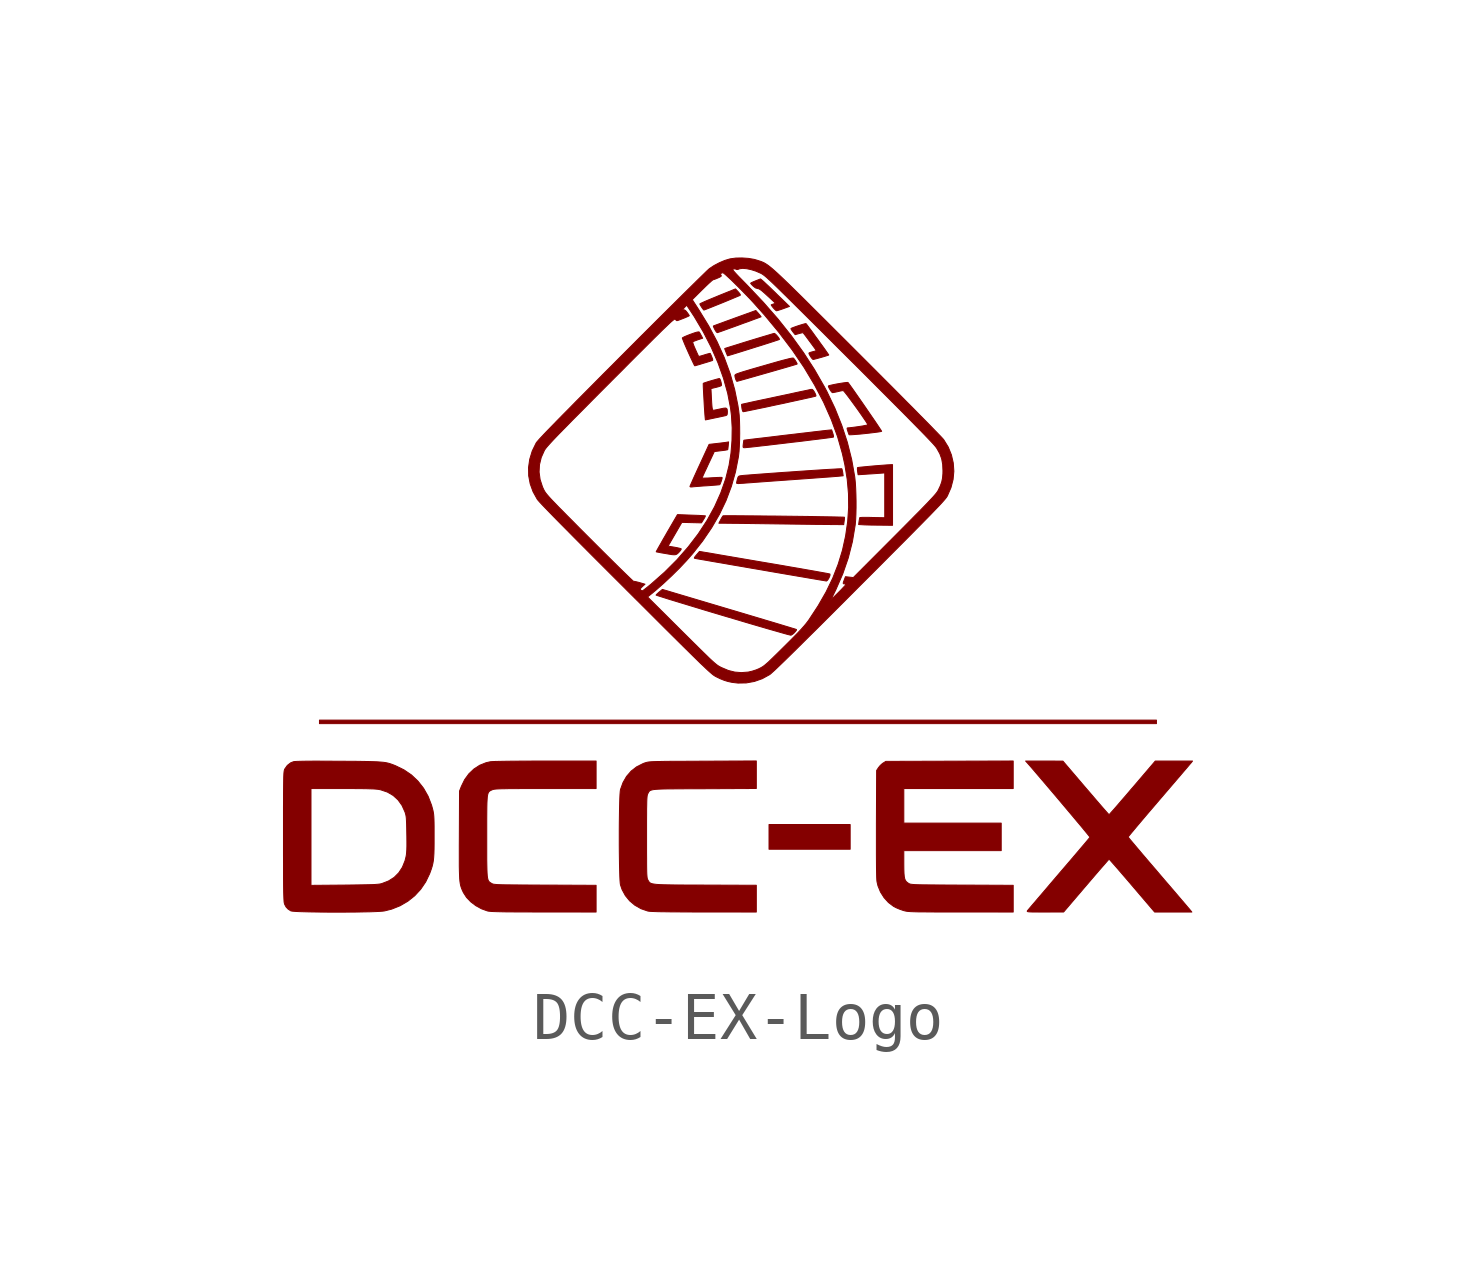
<source format=kicad_sym>
(kicad_symbol_lib
  (version 20220914)
  (generator kicad_symbol_editor)
  (symbol "DCC-EX-Logo"
    (pin_names
      (offset 1.016))
    (property "Reference" "#G101"
      (at 0 11.866 0)
      (effects (font (size 1.27 1.27)) hide))
    (symbol "DCC-EX-Logo_0_0"
      (polyline (pts (xy 2.309 -4.214) (xy 2.309 -3.956) (xy 1.463 -3.956) (xy 0.618 -3.956) (xy 0.618 -4.214) (xy 0.618 -4.471) (xy 1.463 -4.471) (xy 2.309 -4.471) (xy 2.309 -4.214)) (stroke (width 0.01) (type default)) (fill (type outline)))
      (polyline (pts (xy 8.692 -1.816) (xy 8.692 -1.78) (xy -0.029 -1.78) (xy -8.751 -1.78) (xy -8.751 -1.816) (xy -8.751 -1.853) (xy -0.029 -1.853) (xy 8.692 -1.853) (xy 8.692 -1.816)) (stroke (width 0.01) (type default)) (fill (type outline)))
      (polyline (pts (xy -0.733 6.768) (xy -0.702 6.779) (xy -0.651 6.799) (xy -0.585 6.825) (xy -0.506 6.857) (xy -0.421 6.891) (xy -0.332 6.927) (xy -0.245 6.963) (xy -0.163 6.997) (xy -0.092 7.027) (xy -0.034 7.051) (xy 0.004 7.067) (xy 0.02 7.075) (xy 0.02 7.086) (xy 0.005 7.112) (xy -0.024 7.147) (xy -0.081 7.207) (xy -0.452 7.057) (xy -0.458 7.054) (xy -0.555 7.014) (xy -0.642 6.978) (xy -0.717 6.946) (xy -0.774 6.92) (xy -0.811 6.903) (xy -0.824 6.894) (xy -0.822 6.888) (xy -0.808 6.861) (xy -0.785 6.824) (xy -0.772 6.805) (xy -0.751 6.777) (xy -0.74 6.766) (xy -0.733 6.768)) (stroke (width 0.01) (type default)) (fill (type outline)))
      (polyline (pts (xy -0.447 6.299) (xy -0.411 6.311) (xy -0.354 6.331) (xy -0.282 6.357) (xy -0.197 6.388) (xy -0.104 6.421) (xy -0.008 6.456) (xy 0.089 6.492) (xy 0.183 6.525) (xy 0.268 6.557) (xy 0.342 6.584) (xy 0.4 6.605) (xy 0.438 6.62) (xy 0.453 6.625) (xy 0.448 6.633) (xy 0.429 6.658) (xy 0.4 6.693) (xy 0.343 6.757) (xy -0.097 6.598) (xy -0.156 6.576) (xy -0.259 6.539) (xy -0.351 6.505) (xy -0.428 6.477) (xy -0.488 6.455) (xy -0.527 6.44) (xy -0.542 6.434) (xy -0.542 6.43) (xy -0.534 6.407) (xy -0.518 6.373) (xy -0.499 6.339) (xy -0.482 6.313) (xy -0.474 6.305) (xy -0.46 6.295) (xy -0.447 6.299)) (stroke (width 0.01) (type default)) (fill (type outline)))
      (polyline (pts (xy 0.782 6.752) (xy 0.813 6.761) (xy 0.861 6.776) (xy 0.918 6.796) (xy 1.044 6.842) (xy 0.79 7.088) (xy 0.747 7.131) (xy 0.675 7.2) (xy 0.61 7.263) (xy 0.554 7.315) (xy 0.513 7.354) (xy 0.489 7.375) (xy 0.441 7.415) (xy 0.338 7.375) (xy 0.329 7.371) (xy 0.281 7.351) (xy 0.248 7.335) (xy 0.235 7.325) (xy 0.238 7.319) (xy 0.257 7.296) (xy 0.288 7.265) (xy 0.335 7.228) (xy 0.382 7.214) (xy 0.403 7.21) (xy 0.431 7.195) (xy 0.469 7.167) (xy 0.52 7.123) (xy 0.589 7.06) (xy 0.754 6.907) (xy 0.712 6.893) (xy 0.68 6.882) (xy 0.664 6.875) (xy 0.666 6.868) (xy 0.681 6.845) (xy 0.708 6.811) (xy 0.728 6.789) (xy 0.756 6.762) (xy 0.775 6.751) (xy 0.782 6.752)) (stroke (width 0.01) (type default)) (fill (type outline)))
      (polyline (pts (xy -0.179 5.832) (xy -0.149 5.841) (xy -0.068 5.866) (xy 0.026 5.895) (xy 0.128 5.927) (xy 0.236 5.961) (xy 0.344 5.995) (xy 0.451 6.028) (xy 0.551 6.06) (xy 0.642 6.089) (xy 0.719 6.114) (xy 0.779 6.134) (xy 0.819 6.147) (xy 0.834 6.153) (xy 0.835 6.159) (xy 0.823 6.182) (xy 0.8 6.213) (xy 0.773 6.245) (xy 0.746 6.27) (xy 0.728 6.28) (xy 0.722 6.279) (xy 0.692 6.271) (xy 0.639 6.255) (xy 0.569 6.234) (xy 0.484 6.209) (xy 0.388 6.18) (xy 0.286 6.149) (xy 0.181 6.117) (xy 0.077 6.085) (xy -0.021 6.054) (xy -0.111 6.026) (xy -0.189 6.002) (xy -0.249 5.983) (xy -0.289 5.97) (xy -0.305 5.964) (xy -0.304 5.956) (xy -0.294 5.928) (xy -0.278 5.887) (xy -0.247 5.812) (xy -0.179 5.832)) (stroke (width 0.01) (type default)) (fill (type outline)))
      (polyline (pts (xy -1.328 1.669) (xy -1.304 1.679) (xy -1.282 1.696) (xy -1.258 1.72) (xy -1.235 1.746) (xy -1.215 1.775) (xy -1.212 1.79) (xy -1.217 1.793) (xy -1.247 1.802) (xy -1.295 1.813) (xy -1.354 1.824) (xy -1.486 1.846) (xy -1.342 2.094) (xy -1.199 2.341) (xy -0.994 2.336) (xy -0.79 2.331) (xy -0.746 2.402) (xy -0.728 2.432) (xy -0.712 2.463) (xy -0.708 2.477) (xy -0.708 2.477) (xy -0.728 2.479) (xy -0.771 2.482) (xy -0.834 2.486) (xy -0.913 2.489) (xy -1.002 2.492) (xy -1.29 2.503) (xy -1.514 2.118) (xy -1.536 2.079) (xy -1.59 1.986) (xy -1.637 1.902) (xy -1.677 1.832) (xy -1.708 1.777) (xy -1.727 1.742) (xy -1.733 1.728) (xy -1.719 1.724) (xy -1.681 1.717) (xy -1.626 1.706) (xy -1.559 1.695) (xy -1.553 1.694) (xy -1.467 1.679) (xy -1.404 1.669) (xy -1.36 1.666) (xy -1.328 1.669)) (stroke (width 0.01) (type default)) (fill (type outline)))
      (polyline (pts (xy 3.192 2.912) (xy 3.192 3.545) (xy 3.159 3.544) (xy 3.128 3.542) (xy 3.07 3.539) (xy 2.997 3.533) (xy 2.914 3.527) (xy 2.826 3.52) (xy 2.737 3.512) (xy 2.653 3.504) (xy 2.579 3.497) (xy 2.519 3.491) (xy 2.479 3.486) (xy 2.463 3.483) (xy 2.461 3.476) (xy 2.46 3.447) (xy 2.464 3.404) (xy 2.475 3.334) (xy 2.631 3.344) (xy 2.666 3.347) (xy 2.752 3.352) (xy 2.838 3.358) (xy 2.908 3.363) (xy 3.03 3.372) (xy 3.03 2.905) (xy 3.03 2.438) (xy 2.773 2.443) (xy 2.703 2.445) (xy 2.628 2.445) (xy 2.567 2.445) (xy 2.527 2.443) (xy 2.511 2.441) (xy 2.508 2.436) (xy 2.502 2.407) (xy 2.495 2.365) (xy 2.486 2.296) (xy 2.578 2.291) (xy 2.607 2.289) (xy 2.669 2.287) (xy 2.748 2.285) (xy 2.838 2.284) (xy 2.93 2.283) (xy 3.192 2.28) (xy 3.192 2.912)) (stroke (width 0.01) (type default)) (fill (type outline)))
      (polyline (pts (xy -0.052 5.28) (xy -0.032 5.285) (xy 0.012 5.297) (xy 0.077 5.315) (xy 0.159 5.338) (xy 0.254 5.365) (xy 0.359 5.395) (xy 0.471 5.427) (xy 0.587 5.46) (xy 0.702 5.493) (xy 0.813 5.525) (xy 0.917 5.555) (xy 1.01 5.582) (xy 1.088 5.605) (xy 1.149 5.623) (xy 1.188 5.635) (xy 1.203 5.64) (xy 1.203 5.649) (xy 1.19 5.675) (xy 1.17 5.709) (xy 1.147 5.742) (xy 1.127 5.764) (xy 1.127 5.764) (xy 1.114 5.766) (xy 1.087 5.763) (xy 1.043 5.754) (xy 0.98 5.738) (xy 0.897 5.717) (xy 0.792 5.688) (xy 0.662 5.651) (xy 0.506 5.606) (xy 0.363 5.565) (xy 0.242 5.53) (xy 0.145 5.501) (xy 0.068 5.478) (xy 0.01 5.459) (xy -0.033 5.444) (xy -0.062 5.433) (xy -0.08 5.423) (xy -0.089 5.414) (xy -0.093 5.406) (xy -0.093 5.397) (xy -0.088 5.364) (xy -0.075 5.321) (xy -0.062 5.292) (xy -0.052 5.28) (xy -0.052 5.28)) (stroke (width 0.01) (type default)) (fill (type outline)))
      (polyline (pts (xy 1.081 -0.008) (xy 1.109 0.009) (xy 1.141 0.036) (xy 1.169 0.067) (xy 1.188 0.093) (xy 1.19 0.109) (xy 1.185 0.11) (xy 1.156 0.12) (xy 1.102 0.136) (xy 1.024 0.16) (xy 0.924 0.19) (xy 0.806 0.226) (xy 0.669 0.267) (xy 0.517 0.312) (xy 0.351 0.362) (xy 0.173 0.415) (xy -0.014 0.471) (xy -0.21 0.529) (xy -1.604 0.944) (xy -1.67 0.89) (xy -1.698 0.866) (xy -1.725 0.84) (xy -1.736 0.826) (xy -1.732 0.824) (xy -1.704 0.814) (xy -1.651 0.797) (xy -1.575 0.773) (xy -1.477 0.742) (xy -1.359 0.706) (xy -1.224 0.665) (xy -1.073 0.619) (xy -0.908 0.569) (xy -0.731 0.515) (xy -0.544 0.459) (xy -0.349 0.401) (xy -0.252 0.372) (xy -0.059 0.315) (xy 0.125 0.26) (xy 0.298 0.209) (xy 0.459 0.162) (xy 0.606 0.119) (xy 0.736 0.082) (xy 0.848 0.05) (xy 0.939 0.024) (xy 1.008 0.005) (xy 1.053 -0.006) (xy 1.072 -0.01) (xy 1.081 -0.008)) (stroke (width 0.01) (type default)) (fill (type outline)))
      (polyline (pts (xy 1.819 1.121) (xy 1.84 1.139) (xy 1.862 1.173) (xy 1.88 1.211) (xy 1.89 1.245) (xy 1.887 1.265) (xy 1.886 1.265) (xy 1.864 1.27) (xy 1.816 1.28) (xy 1.743 1.293) (xy 1.648 1.31) (xy 1.532 1.331) (xy 1.398 1.354) (xy 1.247 1.381) (xy 1.082 1.409) (xy 0.905 1.44) (xy 0.718 1.472) (xy 0.522 1.505) (xy -0.831 1.736) (xy -0.892 1.666) (xy -0.907 1.648) (xy -0.932 1.616) (xy -0.939 1.598) (xy -0.929 1.591) (xy -0.928 1.591) (xy -0.905 1.587) (xy -0.856 1.578) (xy -0.782 1.565) (xy -0.686 1.549) (xy -0.57 1.528) (xy -0.435 1.505) (xy -0.284 1.479) (xy -0.119 1.45) (xy 0.058 1.42) (xy 0.246 1.387) (xy 0.441 1.354) (xy 0.475 1.348) (xy 0.67 1.314) (xy 0.856 1.282) (xy 1.031 1.252) (xy 1.194 1.224) (xy 1.343 1.199) (xy 1.475 1.176) (xy 1.588 1.157) (xy 1.681 1.141) (xy 1.75 1.13) (xy 1.795 1.122) (xy 1.813 1.119) (xy 1.819 1.121)) (stroke (width 0.01) (type default)) (fill (type outline)))
      (polyline (pts (xy 0.084 4.648) (xy 0.115 4.653) (xy 0.169 4.664) (xy 0.243 4.679) (xy 0.335 4.698) (xy 0.44 4.72) (xy 0.557 4.744) (xy 0.68 4.771) (xy 0.807 4.798) (xy 0.936 4.825) (xy 1.061 4.853) (xy 1.181 4.879) (xy 1.292 4.903) (xy 1.39 4.925) (xy 1.473 4.943) (xy 1.537 4.958) (xy 1.578 4.968) (xy 1.594 4.973) (xy 1.596 4.983) (xy 1.587 5.012) (xy 1.567 5.052) (xy 1.564 5.058) (xy 1.538 5.096) (xy 1.517 5.113) (xy 1.495 5.113) (xy 1.494 5.113) (xy 1.471 5.108) (xy 1.423 5.097) (xy 1.351 5.082) (xy 1.26 5.063) (xy 1.153 5.04) (xy 1.031 5.013) (xy 0.898 4.985) (xy 0.757 4.955) (xy 0.738 4.951) (xy 0.6 4.921) (xy 0.47 4.894) (xy 0.353 4.869) (xy 0.251 4.847) (xy 0.167 4.828) (xy 0.103 4.814) (xy 0.062 4.805) (xy 0.047 4.801) (xy 0.046 4.795) (xy 0.048 4.766) (xy 0.053 4.723) (xy 0.058 4.695) (xy 0.068 4.661) (xy 0.079 4.647) (xy 0.084 4.648)) (stroke (width 0.01) (type default)) (fill (type outline)))
      (polyline (pts (xy 2.184 2.369) (xy 2.188 2.396) (xy 2.19 2.432) (xy 2.189 2.449) (xy 2.184 2.449) (xy 2.154 2.451) (xy 2.097 2.452) (xy 2.019 2.454) (xy 1.92 2.456) (xy 1.803 2.458) (xy 1.672 2.46) (xy 1.528 2.463) (xy 1.374 2.465) (xy 1.214 2.467) (xy 1.048 2.469) (xy 0.881 2.471) (xy 0.715 2.473) (xy 0.552 2.474) (xy 0.394 2.476) (xy 0.246 2.477) (xy 0.108 2.478) (xy -0.016 2.479) (xy -0.123 2.48) (xy -0.212 2.48) (xy -0.279 2.48) (xy -0.322 2.479) (xy -0.339 2.478) (xy -0.347 2.469) (xy -0.367 2.438) (xy -0.39 2.396) (xy -0.427 2.324) (xy -0.18 2.322) (xy -0.143 2.321) (xy -0.06 2.321) (xy 0.045 2.319) (xy 0.168 2.318) (xy 0.305 2.316) (xy 0.45 2.314) (xy 0.6 2.312) (xy 0.75 2.31) (xy 0.817 2.309) (xy 0.976 2.307) (xy 1.138 2.305) (xy 1.298 2.303) (xy 1.45 2.301) (xy 1.588 2.299) (xy 1.708 2.298) (xy 1.804 2.297) (xy 2.174 2.294) (xy 2.184 2.369)) (stroke (width 0.01) (type default)) (fill (type outline)))
      (polyline (pts (xy 0.132 3.899) (xy 0.182 3.904) (xy 0.254 3.911) (xy 0.346 3.921) (xy 0.453 3.934) (xy 0.574 3.947) (xy 0.705 3.963) (xy 0.843 3.979) (xy 0.985 3.996) (xy 1.127 4.013) (xy 1.268 4.029) (xy 1.404 4.046) (xy 1.532 4.062) (xy 1.649 4.076) (xy 1.751 4.089) (xy 1.837 4.1) (xy 1.902 4.109) (xy 1.944 4.115) (xy 1.96 4.118) (xy 1.962 4.126) (xy 1.959 4.156) (xy 1.947 4.198) (xy 1.923 4.269) (xy 1.84 4.261) (xy 1.832 4.26) (xy 1.793 4.256) (xy 1.732 4.249) (xy 1.649 4.239) (xy 1.55 4.228) (xy 1.437 4.214) (xy 1.313 4.2) (xy 1.181 4.184) (xy 1.044 4.168) (xy 0.906 4.152) (xy 0.769 4.135) (xy 0.636 4.119) (xy 0.511 4.104) (xy 0.397 4.091) (xy 0.296 4.079) (xy 0.213 4.069) (xy 0.149 4.061) (xy 0.108 4.056) (xy 0.094 4.053) (xy 0.092 4.047) (xy 0.088 4.018) (xy 0.082 3.975) (xy 0.078 3.937) (xy 0.078 3.91) (xy 0.087 3.899) (xy 0.106 3.897) (xy 0.107 3.897) (xy 0.132 3.899)) (stroke (width 0.01) (type default)) (fill (type outline)))
      (polyline (pts (xy 0.04 3.154) (xy 0.042 3.154) (xy 0.077 3.156) (xy 0.138 3.161) (xy 0.222 3.167) (xy 0.327 3.175) (xy 0.449 3.184) (xy 0.586 3.194) (xy 0.736 3.205) (xy 0.894 3.216) (xy 1.059 3.228) (xy 1.075 3.229) (xy 1.238 3.241) (xy 1.396 3.252) (xy 1.544 3.263) (xy 1.679 3.273) (xy 1.799 3.282) (xy 1.901 3.289) (xy 1.982 3.296) (xy 2.04 3.3) (xy 2.071 3.303) (xy 2.163 3.312) (xy 2.154 3.38) (xy 2.15 3.402) (xy 2.142 3.439) (xy 2.135 3.459) (xy 2.13 3.459) (xy 2.1 3.458) (xy 2.045 3.456) (xy 1.968 3.451) (xy 1.872 3.446) (xy 1.759 3.439) (xy 1.633 3.431) (xy 1.496 3.422) (xy 1.351 3.412) (xy 1.201 3.402) (xy 1.049 3.391) (xy 0.897 3.381) (xy 0.749 3.37) (xy 0.608 3.36) (xy 0.475 3.35) (xy 0.355 3.341) (xy 0.249 3.333) (xy 0.162 3.326) (xy 0.094 3.321) (xy 0.051 3.316) (xy 0.011 3.311) (xy -0.015 3.301) (xy -0.029 3.281) (xy -0.041 3.242) (xy -0.046 3.223) (xy -0.055 3.183) (xy -0.059 3.16) (xy -0.052 3.154) (xy -0.02 3.15) (xy 0.04 3.154)) (stroke (width 0.01) (type default)) (fill (type outline)))
      (polyline (pts (xy -0.982 3.08) (xy -0.961 3.083) (xy -0.912 3.087) (xy -0.845 3.092) (xy -0.764 3.099) (xy -0.677 3.104) (xy -0.605 3.109) (xy -0.529 3.115) (xy -0.468 3.12) (xy -0.427 3.124) (xy -0.409 3.127) (xy -0.407 3.129) (xy -0.396 3.151) (xy -0.382 3.187) (xy -0.369 3.227) (xy -0.36 3.26) (xy -0.36 3.277) (xy -0.363 3.278) (xy -0.388 3.279) (xy -0.435 3.278) (xy -0.499 3.275) (xy -0.573 3.271) (xy -0.601 3.269) (xy -0.671 3.265) (xy -0.728 3.264) (xy -0.765 3.263) (xy -0.779 3.265) (xy -0.778 3.266) (xy -0.769 3.287) (xy -0.75 3.329) (xy -0.723 3.389) (xy -0.688 3.462) (xy -0.65 3.545) (xy -0.522 3.817) (xy -0.385 3.834) (xy -0.351 3.838) (xy -0.297 3.845) (xy -0.259 3.852) (xy -0.243 3.856) (xy -0.241 3.864) (xy -0.237 3.895) (xy -0.232 3.939) (xy -0.225 4.018) (xy -0.271 4.01) (xy -0.291 4.007) (xy -0.34 4.001) (xy -0.403 3.993) (xy -0.473 3.985) (xy -0.631 3.967) (xy -0.83 3.535) (xy -0.859 3.473) (xy -0.905 3.372) (xy -0.946 3.282) (xy -0.98 3.205) (xy -1.007 3.145) (xy -1.024 3.105) (xy -1.03 3.088) (xy -1.03 3.087) (xy -1.016 3.079) (xy -0.982 3.08)) (stroke (width 0.01) (type default)) (fill (type outline)))
      (polyline (pts (xy 1.552 5.739) (xy 1.589 5.748) (xy 1.641 5.762) (xy 1.7 5.778) (xy 1.758 5.795) (xy 1.81 5.811) (xy 1.847 5.823) (xy 1.863 5.829) (xy 1.863 5.83) (xy 1.852 5.847) (xy 1.827 5.883) (xy 1.791 5.935) (xy 1.746 5.998) (xy 1.694 6.069) (xy 1.64 6.145) (xy 1.584 6.221) (xy 1.531 6.295) (xy 1.482 6.361) (xy 1.44 6.417) (xy 1.409 6.459) (xy 1.389 6.483) (xy 1.389 6.484) (xy 1.372 6.482) (xy 1.334 6.472) (xy 1.283 6.457) (xy 1.226 6.439) (xy 1.17 6.42) (xy 1.121 6.402) (xy 1.087 6.388) (xy 1.074 6.379) (xy 1.076 6.372) (xy 1.092 6.345) (xy 1.118 6.309) (xy 1.163 6.253) (xy 1.243 6.276) (xy 1.278 6.285) (xy 1.313 6.293) (xy 1.329 6.293) (xy 1.347 6.27) (xy 1.378 6.23) (xy 1.416 6.179) (xy 1.458 6.122) (xy 1.501 6.064) (xy 1.54 6.011) (xy 1.573 5.966) (xy 1.595 5.934) (xy 1.603 5.922) (xy 1.598 5.918) (xy 1.571 5.909) (xy 1.53 5.898) (xy 1.502 5.891) (xy 1.466 5.879) (xy 1.45 5.87) (xy 1.45 5.862) (xy 1.461 5.835) (xy 1.483 5.798) (xy 1.497 5.777) (xy 1.521 5.747) (xy 1.537 5.736) (xy 1.552 5.739)) (stroke (width 0.01) (type default)) (fill (type outline)))
      (polyline (pts (xy -0.917 5.607) (xy -0.883 5.617) (xy -0.832 5.631) (xy -0.772 5.65) (xy -0.708 5.669) (xy -0.648 5.687) (xy -0.597 5.703) (xy -0.563 5.714) (xy -0.556 5.721) (xy -0.558 5.746) (xy -0.575 5.79) (xy -0.586 5.817) (xy -0.601 5.85) (xy -0.609 5.864) (xy -0.611 5.864) (xy -0.633 5.859) (xy -0.675 5.848) (xy -0.728 5.832) (xy -0.747 5.826) (xy -0.797 5.811) (xy -0.833 5.802) (xy -0.848 5.799) (xy -0.853 5.809) (xy -0.868 5.841) (xy -0.89 5.889) (xy -0.917 5.949) (xy -0.943 6.008) (xy -0.963 6.061) (xy -0.971 6.093) (xy -0.966 6.107) (xy -0.947 6.116) (xy -0.907 6.131) (xy -0.857 6.149) (xy -0.765 6.179) (xy -0.794 6.234) (xy -0.8 6.244) (xy -0.82 6.282) (xy -0.835 6.306) (xy -0.838 6.309) (xy -0.856 6.311) (xy -0.888 6.305) (xy -0.941 6.289) (xy -1.016 6.262) (xy -1.02 6.261) (xy -1.084 6.236) (xy -1.138 6.213) (xy -1.175 6.195) (xy -1.189 6.184) (xy -1.189 6.182) (xy -1.18 6.157) (xy -1.162 6.111) (xy -1.136 6.048) (xy -1.103 5.972) (xy -1.065 5.887) (xy -1.052 5.858) (xy -1.015 5.777) (xy -0.982 5.707) (xy -0.956 5.652) (xy -0.938 5.616) (xy -0.929 5.604) (xy -0.917 5.607)) (stroke (width 0.01) (type default)) (fill (type outline)))
      (polyline (pts (xy -0.705 4.478) (xy -0.68 4.482) (xy -0.636 4.491) (xy -0.577 4.504) (xy -0.51 4.518) (xy -0.442 4.532) (xy -0.377 4.546) (xy -0.322 4.558) (xy -0.283 4.567) (xy -0.263 4.576) (xy -0.253 4.596) (xy -0.25 4.637) (xy -0.25 4.655) (xy -0.254 4.694) (xy -0.265 4.716) (xy -0.289 4.724) (xy -0.332 4.72) (xy -0.397 4.706) (xy -0.42 4.701) (xy -0.476 4.689) (xy -0.518 4.681) (xy -0.539 4.677) (xy -0.542 4.677) (xy -0.552 4.682) (xy -0.56 4.696) (xy -0.567 4.724) (xy -0.572 4.769) (xy -0.577 4.836) (xy -0.582 4.929) (xy -0.592 5.129) (xy -0.487 5.155) (xy -0.481 5.156) (xy -0.43 5.17) (xy -0.392 5.183) (xy -0.374 5.193) (xy -0.374 5.194) (xy -0.373 5.218) (xy -0.38 5.255) (xy -0.391 5.295) (xy -0.404 5.326) (xy -0.415 5.339) (xy -0.432 5.336) (xy -0.472 5.326) (xy -0.525 5.311) (xy -0.585 5.294) (xy -0.645 5.276) (xy -0.697 5.259) (xy -0.736 5.246) (xy -0.753 5.238) (xy -0.753 5.237) (xy -0.753 5.213) (xy -0.752 5.167) (xy -0.749 5.102) (xy -0.745 5.023) (xy -0.74 4.936) (xy -0.735 4.844) (xy -0.73 4.753) (xy -0.724 4.668) (xy -0.719 4.593) (xy -0.714 4.533) (xy -0.71 4.493) (xy -0.708 4.477) (xy -0.705 4.478)) (stroke (width 0.01) (type default)) (fill (type outline)))
      (polyline (pts (xy 2.371 4.17) (xy 2.439 4.175) (xy 2.517 4.181) (xy 2.602 4.19) (xy 2.688 4.199) (xy 2.771 4.209) (xy 2.845 4.218) (xy 2.905 4.226) (xy 2.947 4.234) (xy 2.965 4.239) (xy 2.964 4.242) (xy 2.95 4.265) (xy 2.922 4.307) (xy 2.883 4.366) (xy 2.834 4.439) (xy 2.777 4.522) (xy 2.715 4.612) (xy 2.65 4.707) (xy 2.584 4.803) (xy 2.518 4.898) (xy 2.456 4.987) (xy 2.399 5.069) (xy 2.349 5.14) (xy 2.308 5.197) (xy 2.279 5.237) (xy 2.263 5.257) (xy 2.252 5.258) (xy 2.217 5.255) (xy 2.165 5.248) (xy 2.103 5.238) (xy 2.036 5.227) (xy 1.971 5.214) (xy 1.915 5.202) (xy 1.875 5.192) (xy 1.856 5.185) (xy 1.855 5.18) (xy 1.863 5.155) (xy 1.881 5.12) (xy 1.903 5.084) (xy 1.925 5.056) (xy 1.941 5.045) (xy 1.96 5.047) (xy 2.001 5.055) (xy 2.052 5.066) (xy 2.093 5.076) (xy 2.137 5.085) (xy 2.164 5.088) (xy 2.176 5.078) (xy 2.203 5.046) (xy 2.241 4.998) (xy 2.288 4.936) (xy 2.341 4.864) (xy 2.398 4.786) (xy 2.456 4.706) (xy 2.512 4.627) (xy 2.564 4.552) (xy 2.609 4.486) (xy 2.645 4.433) (xy 2.668 4.394) (xy 2.677 4.375) (xy 2.677 4.375) (xy 2.661 4.369) (xy 2.622 4.361) (xy 2.567 4.35) (xy 2.501 4.34) (xy 2.431 4.33) (xy 2.363 4.321) (xy 2.302 4.314) (xy 2.255 4.31) (xy 2.248 4.308) (xy 2.245 4.297) (xy 2.25 4.274) (xy 2.263 4.233) (xy 2.286 4.169) (xy 2.291 4.167) (xy 2.321 4.167) (xy 2.371 4.17)) (stroke (width 0.01) (type default)) (fill (type outline)))
      (polyline (pts (xy 5.707 -5.501) (xy 5.707 -5.223) (xy 4.644 -5.218) (xy 4.566 -5.218) (xy 4.374 -5.217) (xy 4.209 -5.216) (xy 4.068 -5.215) (xy 3.949 -5.214) (xy 3.85 -5.213) (xy 3.77 -5.212) (xy 3.706 -5.21) (xy 3.656 -5.208) (xy 3.617 -5.205) (xy 3.588 -5.202) (xy 3.568 -5.199) (xy 3.552 -5.195) (xy 3.54 -5.19) (xy 3.53 -5.184) (xy 3.515 -5.175) (xy 3.485 -5.152) (xy 3.463 -5.125) (xy 3.447 -5.09) (xy 3.437 -5.041) (xy 3.431 -4.975) (xy 3.428 -4.888) (xy 3.427 -4.776) (xy 3.427 -4.5) (xy 4.442 -4.5) (xy 5.457 -4.5) (xy 5.457 -4.214) (xy 5.457 -3.927) (xy 4.442 -3.927) (xy 3.427 -3.927) (xy 3.427 -3.567) (xy 3.427 -3.206) (xy 4.567 -3.206) (xy 5.707 -3.206) (xy 5.707 -2.919) (xy 5.707 -2.632) (xy 4.379 -2.636) (xy 3.052 -2.64) (xy 2.996 -2.675) (xy 2.982 -2.684) (xy 2.937 -2.724) (xy 2.9 -2.769) (xy 2.861 -2.829) (xy 2.856 -3.941) (xy 2.856 -4.182) (xy 2.856 -4.395) (xy 2.856 -4.581) (xy 2.857 -4.739) (xy 2.858 -4.871) (xy 2.86 -4.977) (xy 2.862 -5.059) (xy 2.865 -5.116) (xy 2.869 -5.151) (xy 2.889 -5.235) (xy 2.941 -5.362) (xy 3.015 -5.479) (xy 3.107 -5.581) (xy 3.213 -5.661) (xy 3.27 -5.691) (xy 3.341 -5.721) (xy 3.41 -5.745) (xy 3.429 -5.751) (xy 3.45 -5.756) (xy 3.472 -5.761) (xy 3.497 -5.765) (xy 3.528 -5.768) (xy 3.566 -5.771) (xy 3.614 -5.773) (xy 3.674 -5.775) (xy 3.749 -5.777) (xy 3.839 -5.777) (xy 3.949 -5.778) (xy 4.079 -5.779) (xy 4.231 -5.779) (xy 4.409 -5.779) (xy 4.614 -5.779) (xy 5.707 -5.78) (xy 5.707 -5.501)) (stroke (width 0.01) (type default)) (fill (type outline)))
      (polyline (pts (xy -2.986 -5.501) (xy -2.986 -5.223) (xy -4.048 -5.218) (xy -4.126 -5.218) (xy -4.318 -5.217) (xy -4.483 -5.216) (xy -4.625 -5.215) (xy -4.743 -5.214) (xy -4.842 -5.213) (xy -4.922 -5.212) (xy -4.986 -5.21) (xy -5.037 -5.208) (xy -5.075 -5.205) (xy -5.104 -5.202) (xy -5.125 -5.199) (xy -5.14 -5.195) (xy -5.152 -5.19) (xy -5.162 -5.184) (xy -5.164 -5.183) (xy -5.185 -5.171) (xy -5.202 -5.159) (xy -5.217 -5.146) (xy -5.23 -5.127) (xy -5.24 -5.103) (xy -5.248 -5.069) (xy -5.254 -5.025) (xy -5.258 -4.967) (xy -5.261 -4.893) (xy -5.263 -4.801) (xy -5.265 -4.689) (xy -5.265 -4.555) (xy -5.265 -4.395) (xy -5.265 -4.209) (xy -5.265 -4.173) (xy -5.265 -3.991) (xy -5.265 -3.835) (xy -5.264 -3.704) (xy -5.263 -3.594) (xy -5.261 -3.505) (xy -5.257 -3.434) (xy -5.253 -3.378) (xy -5.246 -3.336) (xy -5.237 -3.304) (xy -5.226 -3.282) (xy -5.213 -3.266) (xy -5.197 -3.254) (xy -5.178 -3.244) (xy -5.156 -3.234) (xy -5.146 -3.23) (xy -5.132 -3.225) (xy -5.113 -3.221) (xy -5.089 -3.218) (xy -5.056 -3.215) (xy -5.013 -3.213) (xy -4.957 -3.211) (xy -4.887 -3.21) (xy -4.8 -3.208) (xy -4.694 -3.208) (xy -4.568 -3.207) (xy -4.418 -3.207) (xy -4.243 -3.207) (xy -4.041 -3.207) (xy -2.986 -3.206) (xy -2.986 -2.92) (xy -2.986 -2.633) (xy -4.041 -2.633) (xy -4.217 -2.633) (xy -4.416 -2.634) (xy -4.595 -2.635) (xy -4.755 -2.636) (xy -4.892 -2.638) (xy -5.006 -2.64) (xy -5.095 -2.642) (xy -5.157 -2.645) (xy -5.192 -2.648) (xy -5.28 -2.668) (xy -5.412 -2.721) (xy -5.532 -2.799) (xy -5.637 -2.899) (xy -5.725 -3.02) (xy -5.793 -3.159) (xy -5.832 -3.258) (xy -5.836 -4.172) (xy -5.836 -4.202) (xy -5.837 -4.396) (xy -5.837 -4.562) (xy -5.837 -4.705) (xy -5.837 -4.825) (xy -5.835 -4.926) (xy -5.832 -5.011) (xy -5.829 -5.081) (xy -5.824 -5.138) (xy -5.817 -5.186) (xy -5.809 -5.227) (xy -5.798 -5.263) (xy -5.786 -5.296) (xy -5.772 -5.33) (xy -5.755 -5.365) (xy -5.75 -5.376) (xy -5.686 -5.475) (xy -5.598 -5.567) (xy -5.493 -5.647) (xy -5.375 -5.712) (xy -5.251 -5.757) (xy -5.231 -5.761) (xy -5.204 -5.764) (xy -5.167 -5.768) (xy -5.118 -5.77) (xy -5.056 -5.772) (xy -4.979 -5.774) (xy -4.884 -5.776) (xy -4.77 -5.777) (xy -4.634 -5.778) (xy -4.475 -5.778) (xy -4.29 -5.779) (xy -4.078 -5.779) (xy -2.986 -5.78) (xy -2.986 -5.501)) (stroke (width 0.01) (type default)) (fill (type outline)))
      (polyline (pts (xy 0.353 -5.501) (xy 0.353 -5.222) (xy -0.71 -5.218) (xy -0.888 -5.217) (xy -1.074 -5.217) (xy -1.235 -5.216) (xy -1.372 -5.215) (xy -1.487 -5.213) (xy -1.582 -5.211) (xy -1.66 -5.208) (xy -1.723 -5.204) (xy -1.772 -5.198) (xy -1.809 -5.192) (xy -1.837 -5.184) (xy -1.858 -5.174) (xy -1.873 -5.162) (xy -1.884 -5.149) (xy -1.894 -5.133) (xy -1.905 -5.114) (xy -1.909 -5.107) (xy -1.915 -5.095) (xy -1.919 -5.08) (xy -1.923 -5.058) (xy -1.926 -5.029) (xy -1.929 -4.988) (xy -1.931 -4.935) (xy -1.932 -4.867) (xy -1.933 -4.781) (xy -1.933 -4.675) (xy -1.934 -4.547) (xy -1.934 -4.394) (xy -1.934 -4.214) (xy -1.934 -4.19) (xy -1.934 -4.013) (xy -1.934 -3.862) (xy -1.933 -3.736) (xy -1.933 -3.632) (xy -1.931 -3.547) (xy -1.93 -3.481) (xy -1.928 -3.429) (xy -1.925 -3.389) (xy -1.922 -3.361) (xy -1.918 -3.34) (xy -1.913 -3.325) (xy -1.908 -3.313) (xy -1.907 -3.311) (xy -1.897 -3.293) (xy -1.889 -3.277) (xy -1.879 -3.264) (xy -1.866 -3.252) (xy -1.848 -3.243) (xy -1.823 -3.235) (xy -1.788 -3.228) (xy -1.742 -3.223) (xy -1.682 -3.219) (xy -1.608 -3.216) (xy -1.516 -3.214) (xy -1.404 -3.213) (xy -1.272 -3.212) (xy -1.115 -3.211) (xy -0.934 -3.21) (xy -0.725 -3.21) (xy 0.353 -3.205) (xy 0.353 -2.918) (xy 0.353 -2.631) (xy -0.761 -2.636) (xy -0.766 -2.636) (xy -0.973 -2.637) (xy -1.152 -2.638) (xy -1.307 -2.638) (xy -1.438 -2.639) (xy -1.549 -2.64) (xy -1.64 -2.642) (xy -1.716 -2.643) (xy -1.776 -2.645) (xy -1.825 -2.647) (xy -1.863 -2.65) (xy -1.892 -2.653) (xy -1.916 -2.657) (xy -1.936 -2.662) (xy -1.954 -2.667) (xy -1.973 -2.673) (xy -2.007 -2.686) (xy -2.14 -2.753) (xy -2.255 -2.842) (xy -2.351 -2.953) (xy -2.425 -3.082) (xy -2.478 -3.228) (xy -2.478 -3.229) (xy -2.483 -3.266) (xy -2.488 -3.329) (xy -2.492 -3.415) (xy -2.495 -3.52) (xy -2.498 -3.642) (xy -2.5 -3.776) (xy -2.502 -3.92) (xy -2.503 -4.071) (xy -2.503 -4.224) (xy -2.503 -4.378) (xy -2.502 -4.528) (xy -2.5 -4.672) (xy -2.498 -4.806) (xy -2.495 -4.927) (xy -2.492 -5.031) (xy -2.488 -5.116) (xy -2.483 -5.178) (xy -2.478 -5.213) (xy -2.444 -5.312) (xy -2.376 -5.437) (xy -2.286 -5.547) (xy -2.176 -5.639) (xy -2.049 -5.711) (xy -1.909 -5.759) (xy -1.895 -5.761) (xy -1.864 -5.765) (xy -1.819 -5.768) (xy -1.758 -5.77) (xy -1.679 -5.773) (xy -1.58 -5.774) (xy -1.461 -5.776) (xy -1.319 -5.777) (xy -1.152 -5.778) (xy -0.959 -5.779) (xy -0.739 -5.779) (xy 0.353 -5.78) (xy 0.353 -5.501)) (stroke (width 0.01) (type default)) (fill (type outline)))
      (polyline (pts (xy 9.403 -5.746) (xy 9.399 -5.742) (xy 9.378 -5.716) (xy 9.339 -5.671) (xy 9.286 -5.608) (xy 9.219 -5.53) (xy 9.14 -5.437) (xy 9.051 -5.333) (xy 8.954 -5.22) (xy 8.849 -5.098) (xy 8.74 -4.97) (xy 8.69 -4.911) (xy 8.583 -4.787) (xy 8.484 -4.671) (xy 8.392 -4.563) (xy 8.311 -4.467) (xy 8.24 -4.383) (xy 8.183 -4.315) (xy 8.139 -4.263) (xy 8.112 -4.229) (xy 8.103 -4.216) (xy 8.105 -4.212) (xy 8.124 -4.188) (xy 8.159 -4.145) (xy 8.21 -4.084) (xy 8.274 -4.007) (xy 8.35 -3.917) (xy 8.437 -3.814) (xy 8.533 -3.701) (xy 8.637 -3.58) (xy 8.746 -3.452) (xy 8.8 -3.389) (xy 8.908 -3.263) (xy 9.01 -3.144) (xy 9.104 -3.034) (xy 9.189 -2.935) (xy 9.263 -2.848) (xy 9.325 -2.776) (xy 9.372 -2.72) (xy 9.404 -2.683) (xy 9.418 -2.667) (xy 9.444 -2.633) (xy 9.056 -2.633) (xy 8.668 -2.633) (xy 8.191 -3.192) (xy 8.171 -3.214) (xy 8.079 -3.323) (xy 7.992 -3.423) (xy 7.914 -3.514) (xy 7.845 -3.594) (xy 7.788 -3.659) (xy 7.744 -3.708) (xy 7.716 -3.74) (xy 7.705 -3.75) (xy 7.704 -3.75) (xy 7.689 -3.735) (xy 7.658 -3.7) (xy 7.611 -3.647) (xy 7.552 -3.579) (xy 7.481 -3.497) (xy 7.401 -3.404) (xy 7.313 -3.301) (xy 7.219 -3.192) (xy 6.743 -2.634) (xy 6.355 -2.633) (xy 5.966 -2.633) (xy 5.996 -2.666) (xy 6.019 -2.692) (xy 6.07 -2.75) (xy 6.133 -2.823) (xy 6.206 -2.909) (xy 6.288 -3.005) (xy 6.377 -3.109) (xy 6.471 -3.22) (xy 6.568 -3.334) (xy 6.666 -3.45) (xy 6.763 -3.565) (xy 6.858 -3.678) (xy 6.949 -3.786) (xy 7.033 -3.887) (xy 7.11 -3.978) (xy 7.176 -4.058) (xy 7.231 -4.125) (xy 7.272 -4.175) (xy 7.298 -4.208) (xy 7.307 -4.22) (xy 7.304 -4.224) (xy 7.286 -4.247) (xy 7.25 -4.29) (xy 7.199 -4.351) (xy 7.134 -4.427) (xy 7.058 -4.517) (xy 6.971 -4.619) (xy 6.875 -4.732) (xy 6.771 -4.853) (xy 6.662 -4.98) (xy 6.611 -5.04) (xy 6.504 -5.165) (xy 6.403 -5.284) (xy 6.31 -5.393) (xy 6.226 -5.491) (xy 6.153 -5.577) (xy 6.092 -5.648) (xy 6.046 -5.702) (xy 6.016 -5.738) (xy 6.003 -5.753) (xy 6.001 -5.758) (xy 5.999 -5.765) (xy 6.004 -5.77) (xy 6.021 -5.774) (xy 6.051 -5.777) (xy 6.098 -5.779) (xy 6.165 -5.779) (xy 6.255 -5.78) (xy 6.371 -5.78) (xy 6.758 -5.779) (xy 7.228 -5.228) (xy 7.242 -5.212) (xy 7.334 -5.104) (xy 7.42 -5.004) (xy 7.498 -4.913) (xy 7.567 -4.834) (xy 7.624 -4.769) (xy 7.667 -4.719) (xy 7.695 -4.688) (xy 7.706 -4.678) (xy 7.706 -4.678) (xy 7.72 -4.692) (xy 7.75 -4.726) (xy 7.796 -4.778) (xy 7.855 -4.845) (xy 7.925 -4.926) (xy 8.005 -5.019) (xy 8.092 -5.12) (xy 8.185 -5.229) (xy 8.655 -5.78) (xy 9.043 -5.78) (xy 9.43 -5.78) (xy 9.403 -5.746)) (stroke (width 0.01) (type default)) (fill (type outline)))
      (polyline (pts (xy -8.246 -5.782) (xy -8.099 -5.781) (xy -7.957 -5.78) (xy -7.824 -5.777) (xy -7.703 -5.775) (xy -7.596 -5.771) (xy -7.508 -5.767) (xy -7.441 -5.762) (xy -7.397 -5.757) (xy -7.246 -5.719) (xy -7.071 -5.649) (xy -6.91 -5.555) (xy -6.766 -5.44) (xy -6.641 -5.304) (xy -6.537 -5.151) (xy -6.456 -4.982) (xy -6.444 -4.95) (xy -6.421 -4.886) (xy -6.403 -4.829) (xy -6.389 -4.772) (xy -6.378 -4.711) (xy -6.371 -4.643) (xy -6.366 -4.563) (xy -6.363 -4.466) (xy -6.362 -4.349) (xy -6.362 -4.206) (xy -6.362 -4.109) (xy -6.362 -3.999) (xy -6.363 -3.912) (xy -6.365 -3.843) (xy -6.368 -3.787) (xy -6.372 -3.742) (xy -6.378 -3.703) (xy -6.385 -3.666) (xy -6.395 -3.627) (xy -6.416 -3.551) (xy -6.487 -3.367) (xy -6.582 -3.2) (xy -6.698 -3.052) (xy -6.834 -2.923) (xy -6.991 -2.816) (xy -7.165 -2.731) (xy -7.208 -2.714) (xy -7.248 -2.699) (xy -7.287 -2.686) (xy -7.327 -2.675) (xy -7.37 -2.666) (xy -7.419 -2.659) (xy -7.478 -2.654) (xy -7.548 -2.649) (xy -7.631 -2.646) (xy -7.731 -2.643) (xy -7.851 -2.641) (xy -7.992 -2.639) (xy -8.157 -2.638) (xy -8.349 -2.637) (xy -8.553 -2.636) (xy -8.741 -2.635) (xy -8.899 -2.635) (xy -9.031 -2.636) (xy -9.135 -2.638) (xy -9.213 -2.64) (xy -9.266 -2.643) (xy -9.293 -2.647) (xy -9.351 -2.67) (xy -9.421 -2.724) (xy -9.472 -2.796) (xy -9.473 -2.797) (xy -9.478 -2.808) (xy -9.482 -2.82) (xy -9.486 -2.836) (xy -9.489 -2.857) (xy -9.492 -2.886) (xy -9.494 -2.923) (xy -9.496 -2.972) (xy -9.497 -3.034) (xy -9.498 -3.11) (xy -9.499 -3.203) (xy -9.5 -3.314) (xy -9.5 -3.445) (xy -9.501 -3.599) (xy -9.501 -3.776) (xy -9.501 -3.979) (xy -9.501 -4.21) (xy -9.501 -4.378) (xy -9.501 -4.589) (xy -9.5 -4.774) (xy -9.5 -4.934) (xy -9.5 -5.072) (xy -9.499 -5.189) (xy -9.499 -5.224) (xy -8.928 -5.224) (xy -8.928 -4.215) (xy -8.928 -3.206) (xy -8.262 -3.207) (xy -8.192 -3.207) (xy -8.033 -3.207) (xy -7.899 -3.208) (xy -7.789 -3.209) (xy -7.699 -3.212) (xy -7.628 -3.214) (xy -7.572 -3.218) (xy -7.53 -3.222) (xy -7.498 -3.228) (xy -7.474 -3.233) (xy -7.335 -3.28) (xy -7.214 -3.351) (xy -7.113 -3.443) (xy -7.031 -3.557) (xy -6.97 -3.692) (xy -6.962 -3.716) (xy -6.953 -3.748) (xy -6.946 -3.782) (xy -6.941 -3.824) (xy -6.938 -3.878) (xy -6.935 -3.948) (xy -6.933 -4.039) (xy -6.931 -4.155) (xy -6.93 -4.203) (xy -6.929 -4.318) (xy -6.929 -4.41) (xy -6.931 -4.483) (xy -6.935 -4.541) (xy -6.94 -4.589) (xy -6.948 -4.631) (xy -6.968 -4.711) (xy -7.023 -4.847) (xy -7.099 -4.963) (xy -7.196 -5.059) (xy -7.313 -5.133) (xy -7.45 -5.186) (xy -7.473 -5.192) (xy -7.502 -5.197) (xy -7.538 -5.201) (xy -7.585 -5.205) (xy -7.644 -5.208) (xy -7.719 -5.21) (xy -7.813 -5.212) (xy -7.928 -5.214) (xy -8.067 -5.216) (xy -8.233 -5.218) (xy -8.928 -5.224) (xy -9.499 -5.224) (xy -9.498 -5.287) (xy -9.497 -5.369) (xy -9.495 -5.434) (xy -9.493 -5.487) (xy -9.491 -5.528) (xy -9.489 -5.56) (xy -9.486 -5.583) (xy -9.482 -5.601) (xy -9.478 -5.614) (xy -9.473 -5.626) (xy -9.447 -5.674) (xy -9.406 -5.718) (xy -9.347 -5.756) (xy -9.343 -5.757) (xy -9.311 -5.762) (xy -9.253 -5.767) (xy -9.173 -5.771) (xy -9.073 -5.774) (xy -8.958 -5.777) (xy -8.829 -5.779) (xy -8.691 -5.781) (xy -8.545 -5.782) (xy -8.396 -5.782) (xy -8.246 -5.782)) (stroke (width 0.01) (type default)) (fill (type outline)))
      (polyline (pts (xy 0.143 -1.005) (xy 0.313 -0.974) (xy 0.476 -0.917) (xy 0.629 -0.833) (xy 0.632 -0.831) (xy 0.654 -0.814) (xy 0.688 -0.783) (xy 0.735 -0.741) (xy 0.795 -0.684) (xy 0.869 -0.613) (xy 0.957 -0.528) (xy 1.06 -0.427) (xy 1.179 -0.31) (xy 1.314 -0.176) (xy 1.466 -0.025) (xy 1.636 0.143) (xy 1.824 0.331) (xy 2.03 0.537) (xy 2.256 0.763) (xy 2.502 1.01) (xy 2.655 1.163) (xy 2.87 1.378) (xy 3.065 1.574) (xy 3.242 1.752) (xy 3.402 1.912) (xy 3.545 2.056) (xy 3.672 2.185) (xy 3.785 2.299) (xy 3.884 2.4) (xy 3.971 2.488) (xy 4.045 2.565) (xy 4.108 2.631) (xy 4.162 2.687) (xy 4.206 2.734) (xy 4.242 2.774) (xy 4.271 2.807) (xy 4.293 2.833) (xy 4.31 2.855) (xy 4.323 2.873) (xy 4.332 2.888) (xy 4.338 2.9) (xy 4.41 3.065) (xy 4.454 3.235) (xy 4.47 3.407) (xy 4.458 3.579) (xy 4.419 3.748) (xy 4.353 3.911) (xy 4.259 4.064) (xy 4.242 4.084) (xy 4.206 4.123) (xy 4.15 4.181) (xy 4.077 4.256) (xy 3.988 4.348) (xy 3.884 4.454) (xy 3.765 4.574) (xy 3.634 4.708) (xy 3.49 4.852) (xy 3.337 5.007) (xy 3.173 5.172) (xy 3.001 5.344) (xy 2.822 5.524) (xy 2.637 5.709) (xy 2.446 5.9) (xy 2.231 6.115) (xy 2.021 6.324) (xy 1.831 6.514) (xy 1.658 6.686) (xy 1.502 6.841) (xy 1.362 6.981) (xy 1.237 7.104) (xy 1.125 7.214) (xy 1.026 7.311) (xy 0.939 7.395) (xy 0.863 7.467) (xy 0.796 7.53) (xy 0.738 7.582) (xy 0.687 7.627) (xy 0.643 7.663) (xy 0.605 7.693) (xy 0.571 7.717) (xy 0.54 7.736) (xy 0.513 7.752) (xy 0.486 7.764) (xy 0.46 7.775) (xy 0.434 7.784) (xy 0.406 7.793) (xy 0.375 7.803) (xy 0.31 7.822) (xy 0.188 7.843) (xy 0.057 7.852) (xy -0.072 7.85) (xy -0.187 7.834) (xy -0.197 7.832) (xy -0.304 7.8) (xy -0.419 7.751) (xy -0.529 7.693) (xy -0.625 7.629) (xy -0.642 7.614) (xy -0.137 7.614) (xy -0.132 7.62) (xy -0.122 7.623) (xy -0.09 7.624) (xy -0.063 7.616) (xy -0.051 7.61) (xy -0.017 7.617) (xy 0.006 7.627) (xy 0.07 7.635) (xy 0.151 7.628) (xy 0.243 7.609) (xy 0.342 7.578) (xy 0.441 7.535) (xy 0.451 7.53) (xy 0.466 7.522) (xy 0.481 7.513) (xy 0.499 7.5) (xy 0.52 7.485) (xy 0.545 7.464) (xy 0.575 7.439) (xy 0.61 7.406) (xy 0.653 7.367) (xy 0.704 7.319) (xy 0.763 7.262) (xy 0.833 7.194) (xy 0.913 7.115) (xy 1.006 7.024) (xy 1.111 6.92) (xy 1.23 6.802) (xy 1.364 6.669) (xy 1.514 6.52) (xy 1.681 6.354) (xy 1.865 6.17) (xy 2.068 5.967) (xy 2.292 5.744) (xy 2.448 5.589) (xy 2.675 5.362) (xy 2.882 5.154) (xy 3.07 4.966) (xy 3.24 4.795) (xy 3.393 4.642) (xy 3.528 4.505) (xy 3.647 4.384) (xy 3.751 4.278) (xy 3.84 4.187) (xy 3.915 4.109) (xy 3.977 4.044) (xy 4.026 3.992) (xy 4.063 3.951) (xy 4.089 3.92) (xy 4.104 3.9) (xy 4.12 3.876) (xy 4.178 3.772) (xy 4.216 3.667) (xy 4.237 3.552) (xy 4.243 3.42) (xy 4.242 3.356) (xy 4.234 3.264) (xy 4.217 3.183) (xy 4.188 3.102) (xy 4.143 3.008) (xy 4.133 2.99) (xy 4.117 2.967) (xy 4.095 2.939) (xy 4.066 2.905) (xy 4.027 2.861) (xy 3.978 2.809) (xy 3.918 2.745) (xy 3.844 2.669) (xy 3.757 2.579) (xy 3.653 2.475) (xy 3.533 2.353) (xy 3.395 2.214) (xy 3.237 2.055) (xy 2.375 1.191) (xy 2.293 1.2) (xy 2.211 1.209) (xy 2.187 1.145) (xy 2.184 1.137) (xy 2.168 1.094) (xy 2.164 1.07) (xy 2.172 1.061) (xy 2.191 1.059) (xy 2.208 1.057) (xy 2.221 1.048) (xy 2.218 1.043) (xy 2.199 1.02) (xy 2.164 0.983) (xy 2.118 0.934) (xy 2.063 0.879) (xy 1.905 0.721) (xy 2.008 0.932) (xy 2.014 0.945) (xy 2.156 1.271) (xy 2.27 1.602) (xy 2.356 1.94) (xy 2.414 2.287) (xy 2.416 2.305) (xy 2.424 2.401) (xy 2.429 2.517) (xy 2.432 2.648) (xy 2.432 2.785) (xy 2.429 2.923) (xy 2.424 3.054) (xy 2.417 3.17) (xy 2.407 3.267) (xy 2.403 3.299) (xy 2.34 3.653) (xy 2.25 4.01) (xy 2.133 4.366) (xy 1.991 4.72) (xy 1.825 5.067) (xy 1.77 5.169) (xy 1.565 5.527) (xy 1.336 5.88) (xy 1.083 6.23) (xy 0.804 6.58) (xy 0.498 6.93) (xy 0.165 7.282) (xy 0.137 7.311) (xy 0.052 7.398) (xy -0.015 7.466) (xy -0.065 7.519) (xy -0.1 7.558) (xy -0.123 7.585) (xy -0.135 7.603) (xy -0.137 7.614) (xy -0.642 7.614) (xy -0.643 7.613) (xy -0.682 7.577) (xy -0.739 7.521) (xy -0.813 7.449) (xy -0.904 7.36) (xy -1.009 7.256) (xy -1.129 7.138) (xy -1.261 7.007) (xy -1.405 6.864) (xy -1.56 6.71) (xy -1.724 6.547) (xy -1.896 6.375) (xy -2.075 6.197) (xy -2.26 6.011) (xy -2.449 5.822) (xy -2.618 5.652) (xy -2.843 5.427) (xy -3.047 5.221) (xy -3.233 5.034) (xy -3.401 4.865) (xy -3.55 4.713) (xy -3.683 4.579) (xy -3.8 4.46) (xy -3.901 4.356) (xy -3.988 4.267) (xy -4.06 4.192) (xy -4.119 4.129) (xy -4.165 4.08) (xy -4.199 4.041) (xy -4.222 4.014) (xy -4.234 3.997) (xy -4.236 3.994) (xy -4.317 3.828) (xy -4.369 3.657) (xy -4.394 3.485) (xy -4.392 3.39) (xy -4.174 3.39) (xy -4.166 3.543) (xy -4.129 3.695) (xy -4.063 3.842) (xy -4.058 3.851) (xy -4.045 3.869) (xy -4.028 3.892) (xy -4.005 3.92) (xy -3.974 3.955) (xy -3.936 3.997) (xy -3.889 4.048) (xy -3.832 4.108) (xy -3.763 4.18) (xy -3.682 4.263) (xy -3.587 4.359) (xy -3.479 4.47) (xy -3.354 4.595) (xy -3.213 4.737) (xy -3.055 4.897) (xy -2.878 5.075) (xy -2.681 5.272) (xy -2.666 5.288) (xy -2.473 5.48) (xy -2.301 5.654) (xy -2.147 5.808) (xy -2.01 5.944) (xy -1.89 6.064) (xy -1.785 6.169) (xy -1.694 6.258) (xy -1.617 6.335) (xy -1.551 6.398) (xy -1.497 6.45) (xy -1.453 6.492) (xy -1.418 6.524) (xy -1.39 6.547) (xy -1.37 6.563) (xy -1.355 6.573) (xy -1.345 6.577) (xy -1.339 6.578) (xy -1.335 6.574) (xy -1.32 6.556) (xy -1.302 6.545) (xy -1.3 6.545) (xy -1.277 6.551) (xy -1.236 6.566) (xy -1.187 6.585) (xy -1.136 6.605) (xy -1.09 6.625) (xy -1.057 6.64) (xy -1.044 6.649) (xy -1.047 6.656) (xy -1.063 6.681) (xy -1.089 6.717) (xy -1.117 6.751) (xy -1.141 6.769) (xy -1.166 6.769) (xy -1.176 6.767) (xy -1.185 6.769) (xy -1.176 6.784) (xy -1.148 6.815) (xy -1.098 6.868) (xy -1.035 6.774) (xy -0.94 6.629) (xy -0.75 6.308) (xy -0.585 5.987) (xy -0.445 5.665) (xy -0.331 5.346) (xy -0.243 5.03) (xy -0.184 4.721) (xy -0.165 4.569) (xy -0.15 4.311) (xy -0.154 4.045) (xy -0.175 3.783) (xy -0.214 3.533) (xy -0.285 3.248) (xy -0.387 2.957) (xy -0.516 2.668) (xy -0.673 2.383) (xy -0.856 2.103) (xy -1.066 1.829) (xy -1.3 1.562) (xy -1.56 1.302) (xy -1.843 1.052) (xy -1.863 1.036) (xy -1.919 0.99) (xy -1.968 0.952) (xy -2.003 0.925) (xy -2.021 0.915) (xy -2.034 0.916) (xy -2.058 0.932) (xy -2.059 0.934) (xy -2.065 0.951) (xy -2.053 0.972) (xy -2.021 1.004) (xy -1.967 1.053) (xy -2.08 1.086) (xy -2.094 1.09) (xy -2.146 1.103) (xy -2.186 1.111) (xy -2.204 1.112) (xy -2.213 1.118) (xy -2.241 1.144) (xy -2.287 1.187) (xy -2.35 1.248) (xy -2.427 1.323) (xy -2.518 1.412) (xy -2.621 1.514) (xy -2.734 1.626) (xy -2.856 1.747) (xy -2.986 1.877) (xy -3.121 2.012) (xy -3.185 2.076) (xy -3.336 2.227) (xy -3.467 2.36) (xy -3.582 2.475) (xy -3.679 2.574) (xy -3.763 2.658) (xy -3.832 2.73) (xy -3.89 2.79) (xy -3.937 2.84) (xy -3.974 2.881) (xy -4.004 2.916) (xy -4.027 2.944) (xy -4.045 2.968) (xy -4.058 2.99) (xy -4.07 3.01) (xy -4.08 3.03) (xy -4.103 3.081) (xy -4.153 3.235) (xy -4.174 3.39) (xy -4.392 3.39) (xy -4.391 3.313) (xy -4.359 3.144) (xy -4.3 2.981) (xy -4.213 2.824) (xy -4.213 2.824) (xy -4.195 2.801) (xy -4.162 2.764) (xy -4.112 2.71) (xy -4.045 2.64) (xy -3.961 2.553) (xy -3.86 2.449) (xy -3.741 2.328) (xy -3.603 2.189) (xy -3.447 2.031) (xy -3.272 1.855) (xy -3.077 1.659) (xy -2.862 1.444) (xy -2.628 1.21) (xy -2.372 0.955) (xy -2.36 0.942) (xy -2.204 0.787) (xy -1.913 0.787) (xy -1.858 0.831) (xy -1.733 0.934) (xy -1.571 1.077) (xy -1.408 1.23) (xy -1.249 1.387) (xy -1.103 1.542) (xy -0.975 1.688) (xy -0.767 1.951) (xy -0.577 2.23) (xy -0.414 2.511) (xy -0.277 2.798) (xy -0.167 3.091) (xy -0.081 3.393) (xy -0.02 3.706) (xy -0.018 3.721) (xy -0.007 3.815) (xy 0.0001 3.93) (xy 0.005 4.059) (xy 0.007 4.195) (xy 0.006 4.33) (xy 0.003 4.458) (xy -0.003 4.571) (xy -0.013 4.662) (xy -0.03 4.775) (xy -0.098 5.11) (xy -0.193 5.443) (xy -0.315 5.775) (xy -0.464 6.106) (xy -0.641 6.439) (xy -0.847 6.775) (xy -0.982 6.983) (xy -0.773 7.191) (xy -0.761 7.202) (xy -0.698 7.264) (xy -0.641 7.318) (xy -0.595 7.36) (xy -0.562 7.388) (xy -0.547 7.398) (xy -0.531 7.402) (xy -0.494 7.415) (xy -0.447 7.435) (xy -0.411 7.451) (xy -0.384 7.467) (xy -0.376 7.48) (xy -0.383 7.495) (xy -0.385 7.496) (xy -0.395 7.516) (xy -0.382 7.531) (xy -0.37 7.537) (xy -0.344 7.545) (xy -0.342 7.545) (xy -0.322 7.531) (xy -0.284 7.499) (xy -0.233 7.452) (xy -0.169 7.393) (xy -0.098 7.323) (xy -0.02 7.246) (xy 0.06 7.165) (xy 0.141 7.082) (xy 0.22 7) (xy 0.293 6.921) (xy 0.521 6.666) (xy 0.826 6.298) (xy 1.103 5.932) (xy 1.35 5.568) (xy 1.567 5.205) (xy 1.756 4.845) (xy 1.915 4.486) (xy 2.046 4.129) (xy 2.147 3.774) (xy 2.199 3.539) (xy 2.248 3.235) (xy 2.274 2.939) (xy 2.277 2.648) (xy 2.257 2.356) (xy 2.214 2.058) (xy 2.149 1.762) (xy 2.059 1.469) (xy 1.946 1.179) (xy 1.807 0.891) (xy 1.641 0.602) (xy 1.448 0.308) (xy 1.424 0.275) (xy 1.386 0.226) (xy 1.341 0.173) (xy 1.287 0.112) (xy 1.221 0.042) (xy 1.141 -0.04) (xy 1.045 -0.137) (xy 0.93 -0.251) (xy 0.901 -0.28) (xy 0.802 -0.378) (xy 0.721 -0.457) (xy 0.655 -0.521) (xy 0.602 -0.572) (xy 0.558 -0.61) (xy 0.522 -0.64) (xy 0.492 -0.662) (xy 0.463 -0.68) (xy 0.435 -0.695) (xy 0.405 -0.71) (xy 0.35 -0.733) (xy 0.263 -0.761) (xy 0.184 -0.779) (xy 0.04 -0.79) (xy -0.095 -0.779) (xy -0.228 -0.746) (xy -0.368 -0.687) (xy -0.369 -0.687) (xy -0.394 -0.674) (xy -0.417 -0.662) (xy -0.44 -0.648) (xy -0.466 -0.63) (xy -0.495 -0.607) (xy -0.529 -0.578) (xy -0.57 -0.541) (xy -0.621 -0.494) (xy -0.681 -0.435) (xy -0.754 -0.364) (xy -0.841 -0.279) (xy -0.944 -0.177) (xy -1.064 -0.058) (xy -1.203 0.08) (xy -1.913 0.787) (xy -2.204 0.787) (xy -2.135 0.718) (xy -1.929 0.513) (xy -1.743 0.327) (xy -1.574 0.158) (xy -1.422 0.007) (xy -1.286 -0.128) (xy -1.165 -0.248) (xy -1.057 -0.354) (xy -0.963 -0.447) (xy -0.881 -0.527) (xy -0.81 -0.597) (xy -0.748 -0.655) (xy -0.696 -0.705) (xy -0.652 -0.746) (xy -0.615 -0.779) (xy -0.585 -0.805) (xy -0.559 -0.827) (xy -0.538 -0.843) (xy -0.52 -0.855) (xy -0.504 -0.865) (xy -0.49 -0.873) (xy -0.398 -0.918) (xy -0.318 -0.95) (xy -0.241 -0.974) (xy -0.154 -0.993) (xy -0.029 -1.008) (xy 0.143 -1.005)) (stroke (width 0.01) (type default)) (fill (type outline))))))
</source>
